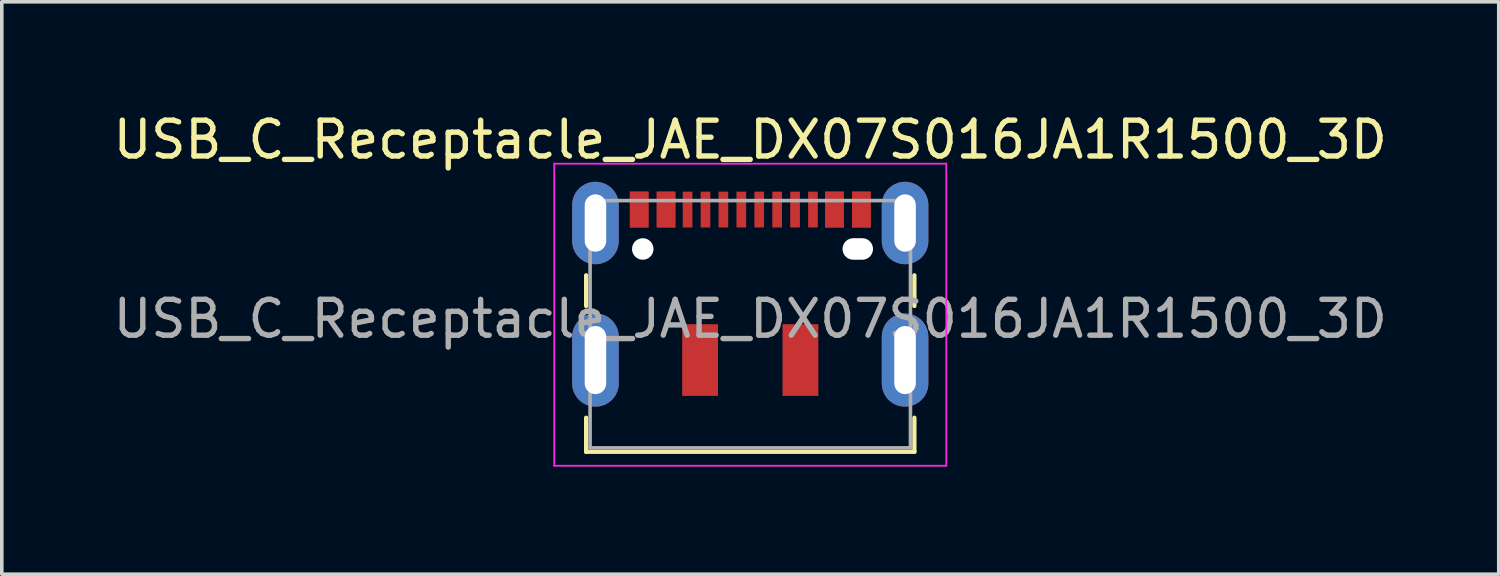
<source format=kicad_pcb>
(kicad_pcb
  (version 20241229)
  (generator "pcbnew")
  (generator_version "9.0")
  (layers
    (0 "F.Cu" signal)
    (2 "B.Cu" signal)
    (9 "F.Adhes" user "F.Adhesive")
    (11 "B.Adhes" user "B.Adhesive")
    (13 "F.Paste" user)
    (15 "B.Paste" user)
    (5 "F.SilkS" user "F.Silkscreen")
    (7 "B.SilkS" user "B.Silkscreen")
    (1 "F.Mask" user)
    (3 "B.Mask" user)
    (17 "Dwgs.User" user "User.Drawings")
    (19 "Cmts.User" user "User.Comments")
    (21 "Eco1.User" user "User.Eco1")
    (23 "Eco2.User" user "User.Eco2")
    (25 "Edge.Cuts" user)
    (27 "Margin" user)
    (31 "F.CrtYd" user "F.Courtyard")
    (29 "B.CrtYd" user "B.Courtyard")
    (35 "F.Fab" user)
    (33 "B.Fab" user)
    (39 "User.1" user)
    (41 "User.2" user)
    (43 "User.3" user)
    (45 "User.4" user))
  (footprint "USB_C_Receptacle_JAE_DX07S016JA1R1500_3D"
    (layer "F.Cu")
    (at 17.887 5.848)
    (property "Reference" "USB_C_Receptacle_JAE_DX07S016JA1R1500_3D" (at 0 -5 0) (layer "F.SilkS") (effects (font (size 1 1) (thickness 0.15))))
    (attr smd)
    (fp_line (start -4.58 -1.215) (end -4.58 -0.36) (stroke (width 0.12) (type solid)) (layer "F.SilkS"))
    (fp_line (start -4.58 2.76) (end -4.58 3.71) (stroke (width 0.12) (type solid)) (layer "F.SilkS"))
    (fp_line (start -4.58 3.71) (end 4.58 3.71) (stroke (width 0.12) (type solid)) (layer "F.SilkS"))
    (fp_line (start 4.58 -1.215) (end 4.58 -0.36) (stroke (width 0.12) (type solid)) (layer "F.SilkS"))
    (fp_line (start 4.58 2.76) (end 4.58 3.71) (stroke (width 0.12) (type solid)) (layer "F.SilkS"))
    (fp_line (start -5.47 -4.33) (end -5.47 4.1) (stroke (width 0.05) (type solid)) (layer "F.CrtYd"))
    (fp_line (start -5.47 -4.33) (end 5.47 -4.33) (stroke (width 0.05) (type solid)) (layer "F.CrtYd"))
    (fp_line (start -5.47 4.1) (end 5.47 4.1) (stroke (width 0.05) (type solid)) (layer "F.CrtYd"))
    (fp_line (start 5.47 -4.33) (end 5.47 4.1) (stroke (width 0.05) (type solid)) (layer "F.CrtYd"))
    (fp_line (start -4.47 -3.3) (end -4.47 3.6) (stroke (width 0.1) (type solid)) (layer "F.Fab"))
    (fp_line (start -4.47 -3.3) (end 4.47 -3.3) (stroke (width 0.1) (type solid)) (layer "F.Fab"))
    (fp_line (start -4.47 3.6) (end 4.47 3.6) (stroke (width 0.1) (type solid)) (layer "F.Fab"))
    (fp_line (start 4.47 -3.3) (end 4.47 3.6) (stroke (width 0.1) (type solid)) (layer "F.Fab"))
    (fp_text user "${REFERENCE}" (at 0 0 0) (layer "F.Fab") (effects (font (size 1 1) (thickness 0.15))))
    (pad "" np_thru_hole circle (at -3 -1.95) (size 0.6 0.6) (drill 0.6) (layers "*.Cu" "*.Mask"))
    (pad "" smd rect (at -1.4 1.15) (size 1 2) (layers "F.Cu" "F.Mask" "F.Paste"))
    (pad "" smd rect (at 1.4 1.15) (size 1 2) (layers "F.Cu" "F.Mask" "F.Paste"))
    (pad "" np_thru_hole oval (at 3 -1.95) (size 0.85 0.6) (drill oval 0.85 0.6) (layers "*.Cu" "*.Mask"))
    (pad "A1" smd rect (at -3.1 -3.05) (size 0.52 1) (layers "F.Cu" "F.Mask" "F.Paste"))
    (pad "A4" smd rect (at -2.35 -3.05) (size 0.52 1) (layers "F.Cu" "F.Mask" "F.Paste"))
    (pad "A5" smd rect (at -1.75 -3.05) (size 0.27 1) (layers "F.Cu" "F.Mask" "F.Paste"))
    (pad "A6" smd rect (at -0.25 -3.05) (size 0.27 1) (layers "F.Cu" "F.Mask" "F.Paste"))
    (pad "A7" smd rect (at 0.75 -3.05) (size 0.27 1) (layers "F.Cu" "F.Mask" "F.Paste"))
    (pad "A8" smd rect (at 1.75 -3.05) (size 0.27 1) (layers "F.Cu" "F.Mask" "F.Paste"))
    (pad "A9" smd rect (at 2.35 -3.05) (size 0.52 1) (layers "F.Cu" "F.Mask" "F.Paste"))
    (pad "A12" smd rect (at 3.1 -3.05) (size 0.52 1) (layers "F.Cu" "F.Mask" "F.Paste"))
    (pad "B1" smd rect (at 3.1 -3.05) (size 0.52 1) (layers "F.Cu" "F.Mask" "F.Paste"))
    (pad "B4" smd rect (at 2.35 -3.05) (size 0.52 1) (layers "F.Cu" "F.Mask" "F.Paste"))
    (pad "B5" smd rect (at 1.25 -3.05) (size 0.27 1) (layers "F.Cu" "F.Mask" "F.Paste"))
    (pad "B6" smd rect (at 0.25 -3.05) (size 0.27 1) (layers "F.Cu" "F.Mask" "F.Paste"))
    (pad "B7" smd rect (at -0.75 -3.05) (size 0.27 1) (layers "F.Cu" "F.Mask" "F.Paste"))
    (pad "B8" smd rect (at -1.25 -3.05) (size 0.27 1) (layers "F.Cu" "F.Mask" "F.Paste"))
    (pad "B9" smd rect (at -2.35 -3.05) (size 0.52 1) (layers "F.Cu" "F.Mask" "F.Paste"))
    (pad "B12" smd rect (at -3.1 -3.05) (size 0.52 1) (layers "F.Cu" "F.Mask" "F.Paste"))
    (pad "S1" thru_hole oval (at -4.32 -2.675) (size 1.3 2.3) (drill oval 0.6 1.6) (property pad_prop_heatsink) (layers "*.Cu" "*.Mask"))
    (pad "S1" thru_hole oval (at -4.32 1.15) (size 1.3 2.6) (drill oval 0.6 1.9) (property pad_prop_heatsink) (layers "*.Cu" "*.Mask"))
    (pad "S1" thru_hole oval (at 4.32 -2.675) (size 1.3 2.3) (drill oval 0.6 1.6) (property pad_prop_heatsink) (layers "*.Cu" "*.Mask"))
    (pad "S1" thru_hole oval (at 4.32 1.15) (size 1.3 2.6) (drill oval 0.6 1.9) (property pad_prop_heatsink) (layers "*.Cu" "*.Mask")))
  (gr_rect
    (start -3 -3)
    (end 38.774 12.973)
    (stroke (width 0.1) (type default))
    (fill no)
    (layer "Edge.Cuts")))
</source>
